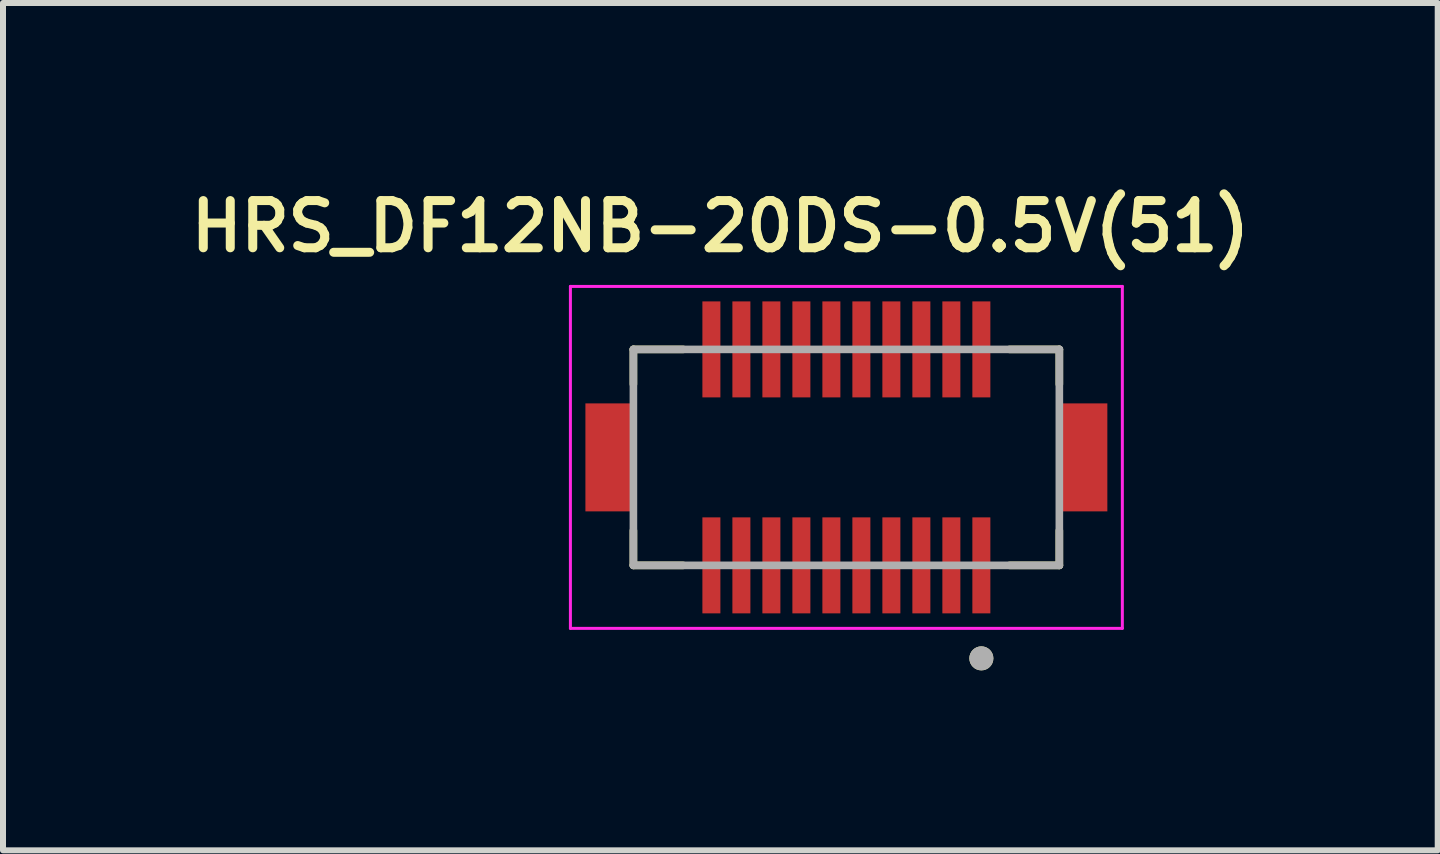
<source format=kicad_pcb>
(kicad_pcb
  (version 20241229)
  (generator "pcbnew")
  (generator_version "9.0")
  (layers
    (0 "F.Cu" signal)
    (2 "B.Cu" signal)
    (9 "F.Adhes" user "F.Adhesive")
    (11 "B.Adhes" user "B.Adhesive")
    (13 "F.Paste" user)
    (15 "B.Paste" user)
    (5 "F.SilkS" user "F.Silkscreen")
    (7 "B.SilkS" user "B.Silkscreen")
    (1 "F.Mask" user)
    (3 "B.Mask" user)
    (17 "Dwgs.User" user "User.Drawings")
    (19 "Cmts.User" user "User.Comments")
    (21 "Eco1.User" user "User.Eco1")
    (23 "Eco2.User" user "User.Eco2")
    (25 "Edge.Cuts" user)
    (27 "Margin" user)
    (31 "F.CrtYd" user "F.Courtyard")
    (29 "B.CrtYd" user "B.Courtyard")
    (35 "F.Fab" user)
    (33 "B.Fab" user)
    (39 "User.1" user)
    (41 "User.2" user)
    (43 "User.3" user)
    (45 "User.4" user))
  (footprint "HRS_DF12NB-20DS-0.5V(51)"
    (layer "F.Cu")
    (at 11.058 4.574)
    (property "Reference" "HRS_DF12NB-20DS-0.5V(51)" (at -2.1 -3.85 0) (layer "F.SilkS") (effects (font (size 0.787 0.787) (thickness 0.15))))
    (attr through_hole)
    (fp_poly (pts (xy -2.45 -2.65) (xy -2.05 -2.65) (xy -2.05 -0.95) (xy -2.45 -0.95)) (stroke (width 0.01) (type solid)) (fill yes) (layer "F.Mask"))
    (fp_poly (pts (xy -2.45 0.95) (xy -2.05 0.95) (xy -2.05 2.65) (xy -2.45 2.65)) (stroke (width 0.01) (type solid)) (fill yes) (layer "F.Mask"))
    (fp_poly (pts (xy -1.95 -2.65) (xy -1.55 -2.65) (xy -1.55 -0.95) (xy -1.95 -0.95)) (stroke (width 0.01) (type solid)) (fill yes) (layer "F.Mask"))
    (fp_poly (pts (xy -1.95 0.95) (xy -1.55 0.95) (xy -1.55 2.65) (xy -1.95 2.65)) (stroke (width 0.01) (type solid)) (fill yes) (layer "F.Mask"))
    (fp_poly (pts (xy -1.45 -2.65) (xy -1.05 -2.65) (xy -1.05 -0.95) (xy -1.45 -0.95)) (stroke (width 0.01) (type solid)) (fill yes) (layer "F.Mask"))
    (fp_poly (pts (xy -1.45 0.95) (xy -1.05 0.95) (xy -1.05 2.65) (xy -1.45 2.65)) (stroke (width 0.01) (type solid)) (fill yes) (layer "F.Mask"))
    (fp_poly (pts (xy -0.95 -2.65) (xy -0.55 -2.65) (xy -0.55 -0.95) (xy -0.95 -0.95)) (stroke (width 0.01) (type solid)) (fill yes) (layer "F.Mask"))
    (fp_poly (pts (xy -0.95 0.95) (xy -0.55 0.95) (xy -0.55 2.65) (xy -0.95 2.65)) (stroke (width 0.01) (type solid)) (fill yes) (layer "F.Mask"))
    (fp_poly (pts (xy -0.45 -2.65) (xy -0.05 -2.65) (xy -0.05 -0.95) (xy -0.45 -0.95)) (stroke (width 0.01) (type solid)) (fill yes) (layer "F.Mask"))
    (fp_poly (pts (xy -0.45 0.95) (xy -0.05 0.95) (xy -0.05 2.65) (xy -0.45 2.65)) (stroke (width 0.01) (type solid)) (fill yes) (layer "F.Mask"))
    (fp_poly (pts (xy 0.05 -2.65) (xy 0.45 -2.65) (xy 0.45 -0.95) (xy 0.05 -0.95)) (stroke (width 0.01) (type solid)) (fill yes) (layer "F.Mask"))
    (fp_poly (pts (xy 0.05 0.95) (xy 0.45 0.95) (xy 0.45 2.65) (xy 0.05 2.65)) (stroke (width 0.01) (type solid)) (fill yes) (layer "F.Mask"))
    (fp_poly (pts (xy 0.55 -2.65) (xy 0.95 -2.65) (xy 0.95 -0.95) (xy 0.55 -0.95)) (stroke (width 0.01) (type solid)) (fill yes) (layer "F.Mask"))
    (fp_poly (pts (xy 0.55 0.95) (xy 0.95 0.95) (xy 0.95 2.65) (xy 0.55 2.65)) (stroke (width 0.01) (type solid)) (fill yes) (layer "F.Mask"))
    (fp_poly (pts (xy 1.05 -2.65) (xy 1.45 -2.65) (xy 1.45 -0.95) (xy 1.05 -0.95)) (stroke (width 0.01) (type solid)) (fill yes) (layer "F.Mask"))
    (fp_poly (pts (xy 1.05 0.95) (xy 1.45 0.95) (xy 1.45 2.65) (xy 1.05 2.65)) (stroke (width 0.01) (type solid)) (fill yes) (layer "F.Mask"))
    (fp_poly (pts (xy 1.55 -2.65) (xy 1.95 -2.65) (xy 1.95 -0.95) (xy 1.55 -0.95)) (stroke (width 0.01) (type solid)) (fill yes) (layer "F.Mask"))
    (fp_poly (pts (xy 1.55 0.95) (xy 1.95 0.95) (xy 1.95 2.65) (xy 1.55 2.65)) (stroke (width 0.01) (type solid)) (fill yes) (layer "F.Mask"))
    (fp_poly (pts (xy 2.05 -2.65) (xy 2.45 -2.65) (xy 2.45 -0.95) (xy 2.05 -0.95)) (stroke (width 0.01) (type solid)) (fill yes) (layer "F.Mask"))
    (fp_poly (pts (xy 2.05 0.95) (xy 2.45 0.95) (xy 2.45 2.65) (xy 2.05 2.65)) (stroke (width 0.01) (type solid)) (fill yes) (layer "F.Mask"))
    (fp_line (start -3.55 -1.8) (end -3.55 -1.22) (stroke (width 0.127) (type solid)) (layer "F.SilkS"))
    (fp_line (start -3.55 1.8) (end -3.55 1.22) (stroke (width 0.127) (type solid)) (layer "F.SilkS"))
    (fp_line (start -3.55 1.8) (end -2.72 1.8) (stroke (width 0.127) (type solid)) (layer "F.SilkS"))
    (fp_line (start -2.72 -1.8) (end -3.55 -1.8) (stroke (width 0.127) (type solid)) (layer "F.SilkS"))
    (fp_line (start 2.72 1.8) (end 3.55 1.8) (stroke (width 0.127) (type solid)) (layer "F.SilkS"))
    (fp_line (start 3.55 -1.8) (end 2.72 -1.8) (stroke (width 0.127) (type solid)) (layer "F.SilkS"))
    (fp_line (start 3.55 -1.22) (end 3.55 -1.8) (stroke (width 0.127) (type solid)) (layer "F.SilkS"))
    (fp_line (start 3.55 1.8) (end 3.55 1.22) (stroke (width 0.127) (type solid)) (layer "F.SilkS"))
    (fp_circle (center 2.25 3.35) (end 2.35 3.35) (stroke (width 0.2) (type solid)) (fill no) (layer "F.SilkS"))
    (fp_poly (pts (xy -2.39 -2.6) (xy -2.11 -2.6) (xy -2.11 -1.4) (xy -2.39 -1.4)) (stroke (width 0.01) (type solid)) (fill yes) (layer "F.Paste"))
    (fp_poly (pts (xy -2.39 1.4) (xy -2.11 1.4) (xy -2.11 2.6) (xy -2.39 2.6)) (stroke (width 0.01) (type solid)) (fill yes) (layer "F.Paste"))
    (fp_poly (pts (xy -1.89 -2.6) (xy -1.61 -2.6) (xy -1.61 -1.4) (xy -1.89 -1.4)) (stroke (width 0.01) (type solid)) (fill yes) (layer "F.Paste"))
    (fp_poly (pts (xy -1.89 1.4) (xy -1.61 1.4) (xy -1.61 2.6) (xy -1.89 2.6)) (stroke (width 0.01) (type solid)) (fill yes) (layer "F.Paste"))
    (fp_poly (pts (xy -1.39 -2.6) (xy -1.11 -2.6) (xy -1.11 -1.4) (xy -1.39 -1.4)) (stroke (width 0.01) (type solid)) (fill yes) (layer "F.Paste"))
    (fp_poly (pts (xy -1.39 1.4) (xy -1.11 1.4) (xy -1.11 2.6) (xy -1.39 2.6)) (stroke (width 0.01) (type solid)) (fill yes) (layer "F.Paste"))
    (fp_poly (pts (xy -0.89 -2.6) (xy -0.61 -2.6) (xy -0.61 -1.4) (xy -0.89 -1.4)) (stroke (width 0.01) (type solid)) (fill yes) (layer "F.Paste"))
    (fp_poly (pts (xy -0.89 1.4) (xy -0.61 1.4) (xy -0.61 2.6) (xy -0.89 2.6)) (stroke (width 0.01) (type solid)) (fill yes) (layer "F.Paste"))
    (fp_poly (pts (xy -0.39 -2.6) (xy -0.11 -2.6) (xy -0.11 -1.4) (xy -0.39 -1.4)) (stroke (width 0.01) (type solid)) (fill yes) (layer "F.Paste"))
    (fp_poly (pts (xy -0.39 1.4) (xy -0.11 1.4) (xy -0.11 2.6) (xy -0.39 2.6)) (stroke (width 0.01) (type solid)) (fill yes) (layer "F.Paste"))
    (fp_poly (pts (xy 0.11 -2.6) (xy 0.39 -2.6) (xy 0.39 -1.4) (xy 0.11 -1.4)) (stroke (width 0.01) (type solid)) (fill yes) (layer "F.Paste"))
    (fp_poly (pts (xy 0.11 1.4) (xy 0.39 1.4) (xy 0.39 2.6) (xy 0.11 2.6)) (stroke (width 0.01) (type solid)) (fill yes) (layer "F.Paste"))
    (fp_poly (pts (xy 0.61 -2.6) (xy 0.89 -2.6) (xy 0.89 -1.4) (xy 0.61 -1.4)) (stroke (width 0.01) (type solid)) (fill yes) (layer "F.Paste"))
    (fp_poly (pts (xy 0.61 1.4) (xy 0.89 1.4) (xy 0.89 2.6) (xy 0.61 2.6)) (stroke (width 0.01) (type solid)) (fill yes) (layer "F.Paste"))
    (fp_poly (pts (xy 1.11 -2.6) (xy 1.39 -2.6) (xy 1.39 -1.4) (xy 1.11 -1.4)) (stroke (width 0.01) (type solid)) (fill yes) (layer "F.Paste"))
    (fp_poly (pts (xy 1.11 1.4) (xy 1.39 1.4) (xy 1.39 2.6) (xy 1.11 2.6)) (stroke (width 0.01) (type solid)) (fill yes) (layer "F.Paste"))
    (fp_poly (pts (xy 1.61 -2.6) (xy 1.89 -2.6) (xy 1.89 -1.4) (xy 1.61 -1.4)) (stroke (width 0.01) (type solid)) (fill yes) (layer "F.Paste"))
    (fp_poly (pts (xy 1.61 1.4) (xy 1.89 1.4) (xy 1.89 2.6) (xy 1.61 2.6)) (stroke (width 0.01) (type solid)) (fill yes) (layer "F.Paste"))
    (fp_poly (pts (xy 2.11 -2.6) (xy 2.39 -2.6) (xy 2.39 -1.4) (xy 2.11 -1.4)) (stroke (width 0.01) (type solid)) (fill yes) (layer "F.Paste"))
    (fp_poly (pts (xy 2.11 1.4) (xy 2.39 1.4) (xy 2.39 2.6) (xy 2.11 2.6)) (stroke (width 0.01) (type solid)) (fill yes) (layer "F.Paste"))
    (fp_line (start -4.6 -2.85) (end -4.6 2.85) (stroke (width 0.05) (type solid)) (layer "F.CrtYd"))
    (fp_line (start -4.6 2.85) (end 4.6 2.85) (stroke (width 0.05) (type solid)) (layer "F.CrtYd"))
    (fp_line (start 4.6 -2.85) (end -4.6 -2.85) (stroke (width 0.05) (type solid)) (layer "F.CrtYd"))
    (fp_line (start 4.6 2.85) (end 4.6 -2.85) (stroke (width 0.05) (type solid)) (layer "F.CrtYd"))
    (fp_line (start -3.55 -1.8) (end -3.55 1.8) (stroke (width 0.127) (type solid)) (layer "F.Fab"))
    (fp_line (start -3.55 1.8) (end 3.55 1.8) (stroke (width 0.127) (type solid)) (layer "F.Fab"))
    (fp_line (start 3.55 -1.8) (end -3.55 -1.8) (stroke (width 0.127) (type solid)) (layer "F.Fab"))
    (fp_line (start 3.55 1.8) (end 3.55 -1.8) (stroke (width 0.127) (type solid)) (layer "F.Fab"))
    (fp_circle (center 2.25 3.35) (end 2.35 3.35) (stroke (width 0.2) (type solid)) (fill no) (layer "F.Fab"))
    (pad "1" smd rect (at 2.25 1.8) (size 0.3 1.6) (layers "F.Cu"))
    (pad "2" smd rect (at 2.25 -1.8) (size 0.3 1.6) (layers "F.Cu"))
    (pad "3" smd rect (at 1.75 1.8) (size 0.3 1.6) (layers "F.Cu"))
    (pad "4" smd rect (at 1.75 -1.8) (size 0.3 1.6) (layers "F.Cu"))
    (pad "5" smd rect (at 1.25 1.8) (size 0.3 1.6) (layers "F.Cu"))
    (pad "6" smd rect (at 1.25 -1.8) (size 0.3 1.6) (layers "F.Cu"))
    (pad "7" smd rect (at 0.75 1.8) (size 0.3 1.6) (layers "F.Cu"))
    (pad "8" smd rect (at 0.75 -1.8) (size 0.3 1.6) (layers "F.Cu"))
    (pad "9" smd rect (at 0.25 1.8) (size 0.3 1.6) (layers "F.Cu"))
    (pad "10" smd rect (at 0.25 -1.8) (size 0.3 1.6) (layers "F.Cu"))
    (pad "11" smd rect (at -0.25 1.8) (size 0.3 1.6) (layers "F.Cu"))
    (pad "12" smd rect (at -0.25 -1.8) (size 0.3 1.6) (layers "F.Cu"))
    (pad "13" smd rect (at -0.75 1.8) (size 0.3 1.6) (layers "F.Cu"))
    (pad "14" smd rect (at -0.75 -1.8) (size 0.3 1.6) (layers "F.Cu"))
    (pad "15" smd rect (at -1.25 1.8) (size 0.3 1.6) (layers "F.Cu"))
    (pad "16" smd rect (at -1.25 -1.8) (size 0.3 1.6) (layers "F.Cu"))
    (pad "17" smd rect (at -1.75 1.8) (size 0.3 1.6) (layers "F.Cu"))
    (pad "18" smd rect (at -1.75 -1.8) (size 0.3 1.6) (layers "F.Cu"))
    (pad "19" smd rect (at -2.25 1.8) (size 0.3 1.6) (layers "F.Cu"))
    (pad "20" smd rect (at -2.25 -1.8) (size 0.3 1.6) (layers "F.Cu"))
    (pad "S1" smd rect (at 3.95 0) (size 0.8 1.8) (layers "F.Cu" "F.Mask" "F.Paste"))
    (pad "S2" smd rect (at -3.95 0) (size 0.8 1.8) (layers "F.Cu" "F.Mask" "F.Paste"))
    (zone (net_name "") (layer "F.Cu") (hatch full 0.508) (connect_pads) (min_thickness 0.01) (filled_areas_thickness no) (keepout (tracks not_allowed) (vias not_allowed) (pads not_allowed) (copperpour not_allowed) (footprints allowed)) (placement (enabled no)) (fill) (polygon (pts (xy 7.508 3.574) (xy 14.608 3.574) (xy 14.608 5.574) (xy 7.508 5.574))))
    (zone (net_name "") (layers "F.Cu" "B.Cu") (hatch full 0.508) (connect_pads) (min_thickness 0.01) (filled_areas_thickness no) (keepout (tracks allowed) (vias not_allowed) (pads allowed) (copperpour allowed) (footprints allowed)) (placement (enabled no)) (fill) (polygon (pts (xy 7.508 3.574) (xy 14.608 3.574) (xy 14.608 5.574) (xy 7.508 5.574)))))
  (gr_rect
    (start -3 -3)
    (end 20.915 11.124)
    (stroke (width 0.1) (type default))
    (fill no)
    (layer "Edge.Cuts")))
</source>
